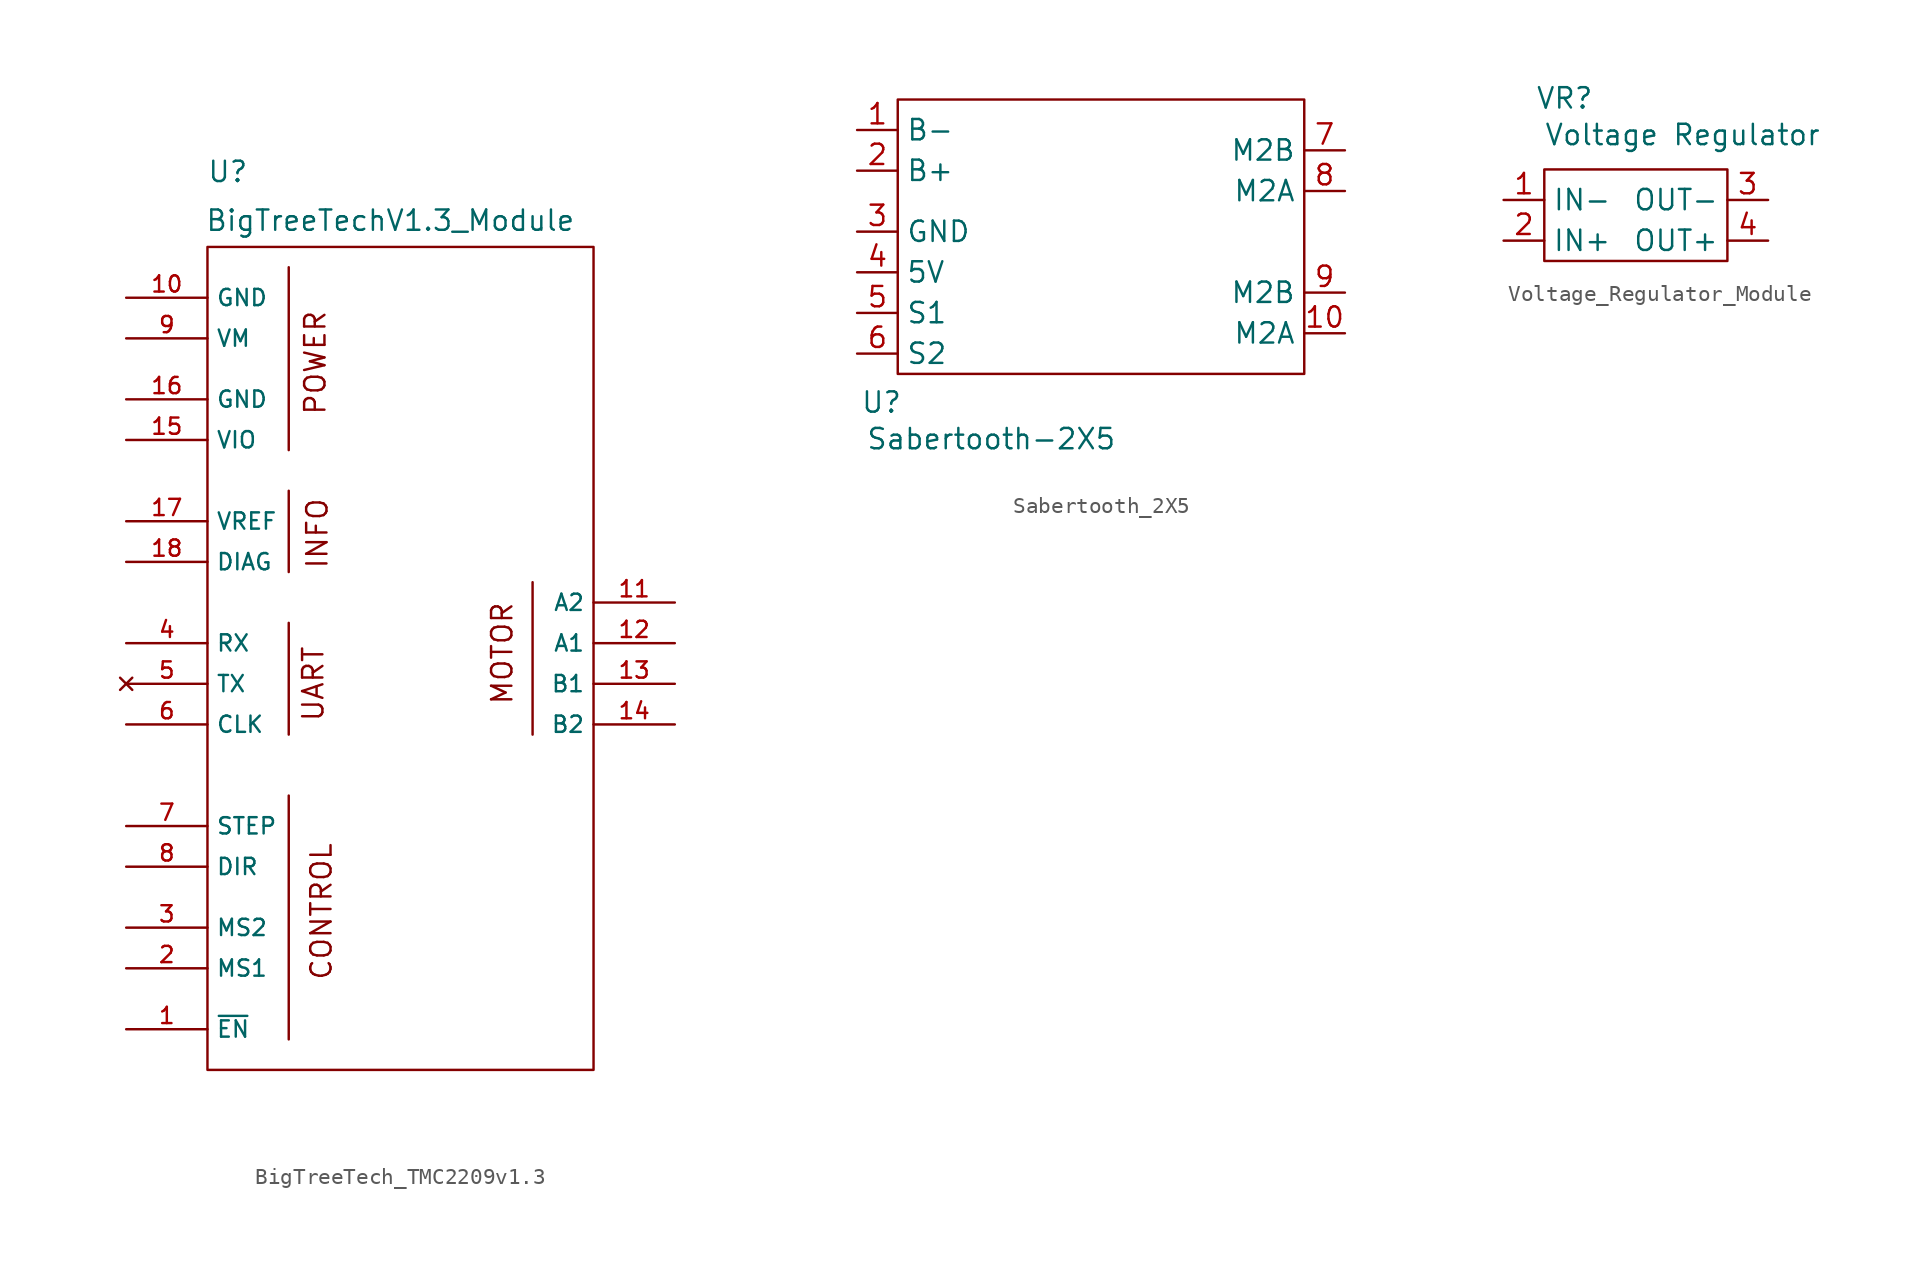
<source format=kicad_sym>
(kicad_symbol_lib
  (version 20231120)
  (generator "kicad_symbol_editor")
  (generator_version "8.0")
  (symbol "BigTreeTech_TMC2209v1.3"
    (property "Reference" "U"
      (at 1.27 56.134 0)
      (effects (font (size 1.27 1.27))))
    (property "Value" "BigTreeTechV1.3_Module"
      (at 11.43 53.086 0)
      (effects (font (size 1.27 1.27))))
    (symbol "BigTreeTech_TMC2209v1.3_0_1"
      (polyline (pts (xy 5.08 17.145) (xy 5.08 1.905)) (stroke (width 0) (type default)) (fill (type none)))
      (polyline (pts (xy 5.08 27.94) (xy 5.08 20.955)) (stroke (width 0) (type default)) (fill (type none)))
      (polyline (pts (xy 5.08 36.195) (xy 5.08 31.115)) (stroke (width 0) (type default)) (fill (type none)))
      (polyline (pts (xy 5.08 50.165) (xy 5.08 38.735)) (stroke (width 0) (type default)) (fill (type none)))
      (polyline (pts (xy 20.32 30.48) (xy 20.32 20.955)) (stroke (width 0) (type default)) (fill (type none)))
      (rectangle (start 0 51.435) (end 24.13 0) (stroke (width 0) (type default)) (fill (type none))))
    (symbol "BigTreeTech_TMC2209v1.3_1_0"
      (pin input line (at -5.08 2.54 0) (length 5.08) (name "~{EN}" (effects (font (size 1.016 1.016)))) (number "1" (effects (font (size 1.016 1.016)))))
      (pin power_in line (at -5.08 48.26 0) (length 5.08) (name "GND" (effects (font (size 1.016 1.016)))) (number "10" (effects (font (size 1.016 1.016)))))
      (pin output line (at 29.21 29.21 180) (length 5.08) (name "A2" (effects (font (size 1.016 1.016)))) (number "11" (effects (font (size 1.016 1.016)))))
      (pin output line (at 29.21 26.67 180) (length 5.08) (name "A1" (effects (font (size 1.016 1.016)))) (number "12" (effects (font (size 1.016 1.016)))))
      (pin output line (at 29.21 24.13 180) (length 5.08) (name "B1" (effects (font (size 1.016 1.016)))) (number "13" (effects (font (size 1.016 1.016)))))
      (pin output line (at 29.21 21.59 180) (length 5.08) (name "B2" (effects (font (size 1.016 1.016)))) (number "14" (effects (font (size 1.016 1.016)))))
      (pin power_in line (at -5.08 39.37 0) (length 5.08) (name "VIO" (effects (font (size 1.016 1.016)))) (number "15" (effects (font (size 1.016 1.016)))))
      (pin power_in line (at -5.08 41.91 0) (length 5.08) (name "GND" (effects (font (size 1.016 1.016)))) (number "16" (effects (font (size 1.016 1.016)))))
      (pin output line (at -5.08 34.29 0) (length 5.08) (name "VREF" (effects (font (size 1.016 1.016)))) (number "17" (effects (font (size 1.016 1.016)))))
      (pin output line (at -5.08 31.75 0) (length 5.08) (name "DIAG" (effects (font (size 1.016 1.016)))) (number "18" (effects (font (size 1.016 1.016)))))
      (pin input line (at -5.08 6.35 0) (length 5.08) (name "MS1" (effects (font (size 1.016 1.016)))) (number "2" (effects (font (size 1.016 1.016)))))
      (pin input line (at -5.08 8.89 0) (length 5.08) (name "MS2" (effects (font (size 1.016 1.016)))) (number "3" (effects (font (size 1.016 1.016)))))
      (pin bidirectional line (at -5.08 26.67 0) (length 5.08) (name "RX" (effects (font (size 1.016 1.016)))) (number "4" (effects (font (size 1.016 1.016)))))
      (pin no_connect line (at -5.08 24.13 0) (length 5.08) (name "TX" (effects (font (size 1.016 1.016)))) (number "5" (effects (font (size 1.016 1.016)))))
      (pin output line (at -5.08 21.59 0) (length 5.08) (name "CLK" (effects (font (size 1.016 1.016)))) (number "6" (effects (font (size 1.016 1.016)))))
      (pin input line (at -5.08 15.24 0) (length 5.08) (name "STEP" (effects (font (size 1.016 1.016)))) (number "7" (effects (font (size 1.016 1.016)))))
      (pin input line (at -5.08 12.7 0) (length 5.08) (name "DIR" (effects (font (size 1.016 1.016)))) (number "8" (effects (font (size 1.016 1.016)))))
      (pin power_in line (at -5.08 45.72 0) (length 5.08) (name "VM" (effects (font (size 1.016 1.016)))) (number "9" (effects (font (size 1.016 1.016))))))
    (symbol "BigTreeTech_TMC2209v1.3_1_1"
      (text "CONTROL" (at 7.112 9.906 900) (effects (font (size 1.27 1.27))))
      (text "INFO" (at 6.858 33.528 900) (effects (font (size 1.27 1.27))))
      (text "MOTOR" (at 18.415 26.035 900) (effects (font (size 1.27 1.27))))
      (text "POWER" (at 6.731 44.196 900) (effects (font (size 1.27 1.27))))
      (text "UART" (at 6.604 24.13 900) (effects (font (size 1.27 1.27))))))
  (symbol "Sabertooth_2X5"
    (property "Reference" "U"
      (at -1.016 -1.778 0)
      (effects (font (size 1.27 1.27))))
    (property "Value" "Sabertooth-2X5"
      (at 5.842 -4.064 0)
      (effects (font (size 1.27 1.27))))
    (symbol "Sabertooth_2X5_0_1"
      (rectangle (start 0 17.145) (end 25.4 0) (stroke (width 0) (type default)) (fill (type none))))
    (symbol "Sabertooth_2X5_1_1"
      (pin power_in line (at -2.54 15.24 0) (length 2.54) (name "B-" (effects (font (size 1.27 1.27)))) (number "1" (effects (font (size 1.27 1.27)))))
      (pin power_out line (at 27.94 2.54 180) (length 2.54) (name "M2A" (effects (font (size 1.27 1.27)))) (number "10" (effects (font (size 1.27 1.27)))))
      (pin power_in line (at -2.54 12.7 0) (length 2.54) (name "B+" (effects (font (size 1.27 1.27)))) (number "2" (effects (font (size 1.27 1.27)))))
      (pin power_in line (at -2.54 8.89 0) (length 2.54) (name "GND" (effects (font (size 1.27 1.27)))) (number "3" (effects (font (size 1.27 1.27)))))
      (pin power_out line (at -2.54 6.35 0) (length 2.54) (name "5V" (effects (font (size 1.27 1.27)))) (number "4" (effects (font (size 1.27 1.27)))))
      (pin bidirectional line (at -2.54 3.81 0) (length 2.54) (name "S1" (effects (font (size 1.27 1.27)))) (number "5" (effects (font (size 1.27 1.27)))))
      (pin bidirectional line (at -2.54 1.27 0) (length 2.54) (name "S2" (effects (font (size 1.27 1.27)))) (number "6" (effects (font (size 1.27 1.27)))))
      (pin power_out line (at 27.94 13.97 180) (length 2.54) (name "M2B" (effects (font (size 1.27 1.27)))) (number "7" (effects (font (size 1.27 1.27)))))
      (pin power_out line (at 27.94 11.43 180) (length 2.54) (name "M2A" (effects (font (size 1.27 1.27)))) (number "8" (effects (font (size 1.27 1.27)))))
      (pin power_out line (at 27.94 5.08 180) (length 2.54) (name "M2B" (effects (font (size 1.27 1.27)))) (number "9" (effects (font (size 1.27 1.27)))))))
  (symbol "Voltage_Regulator_Module"
    (property "Reference" "VR"
      (at 1.27 10.16 0)
      (effects (font (size 1.27 1.27))))
    (property "Value" "Voltage Regulator"
      (at 8.636 7.874 0)
      (effects (font (size 1.27 1.27))))
    (symbol "Voltage_Regulator_Module_0_1"
      (rectangle (start 0 5.715) (end 11.43 0) (stroke (width 0) (type default)) (fill (type none))))
    (symbol "Voltage_Regulator_Module_1_1"
      (pin power_in line (at -2.54 3.81 0) (length 2.54) (name "IN-" (effects (font (size 1.27 1.27)))) (number "1" (effects (font (size 1.27 1.27)))))
      (pin power_in line (at -2.54 1.27 0) (length 2.54) (name "IN+" (effects (font (size 1.27 1.27)))) (number "2" (effects (font (size 1.27 1.27)))))
      (pin power_in line (at 13.97 3.81 180) (length 2.54) (name "OUT-" (effects (font (size 1.27 1.27)))) (number "3" (effects (font (size 1.27 1.27)))))
      (pin power_out line (at 13.97 1.27 180) (length 2.54) (name "OUT+" (effects (font (size 1.27 1.27)))) (number "4" (effects (font (size 1.27 1.27))))))))
</source>
